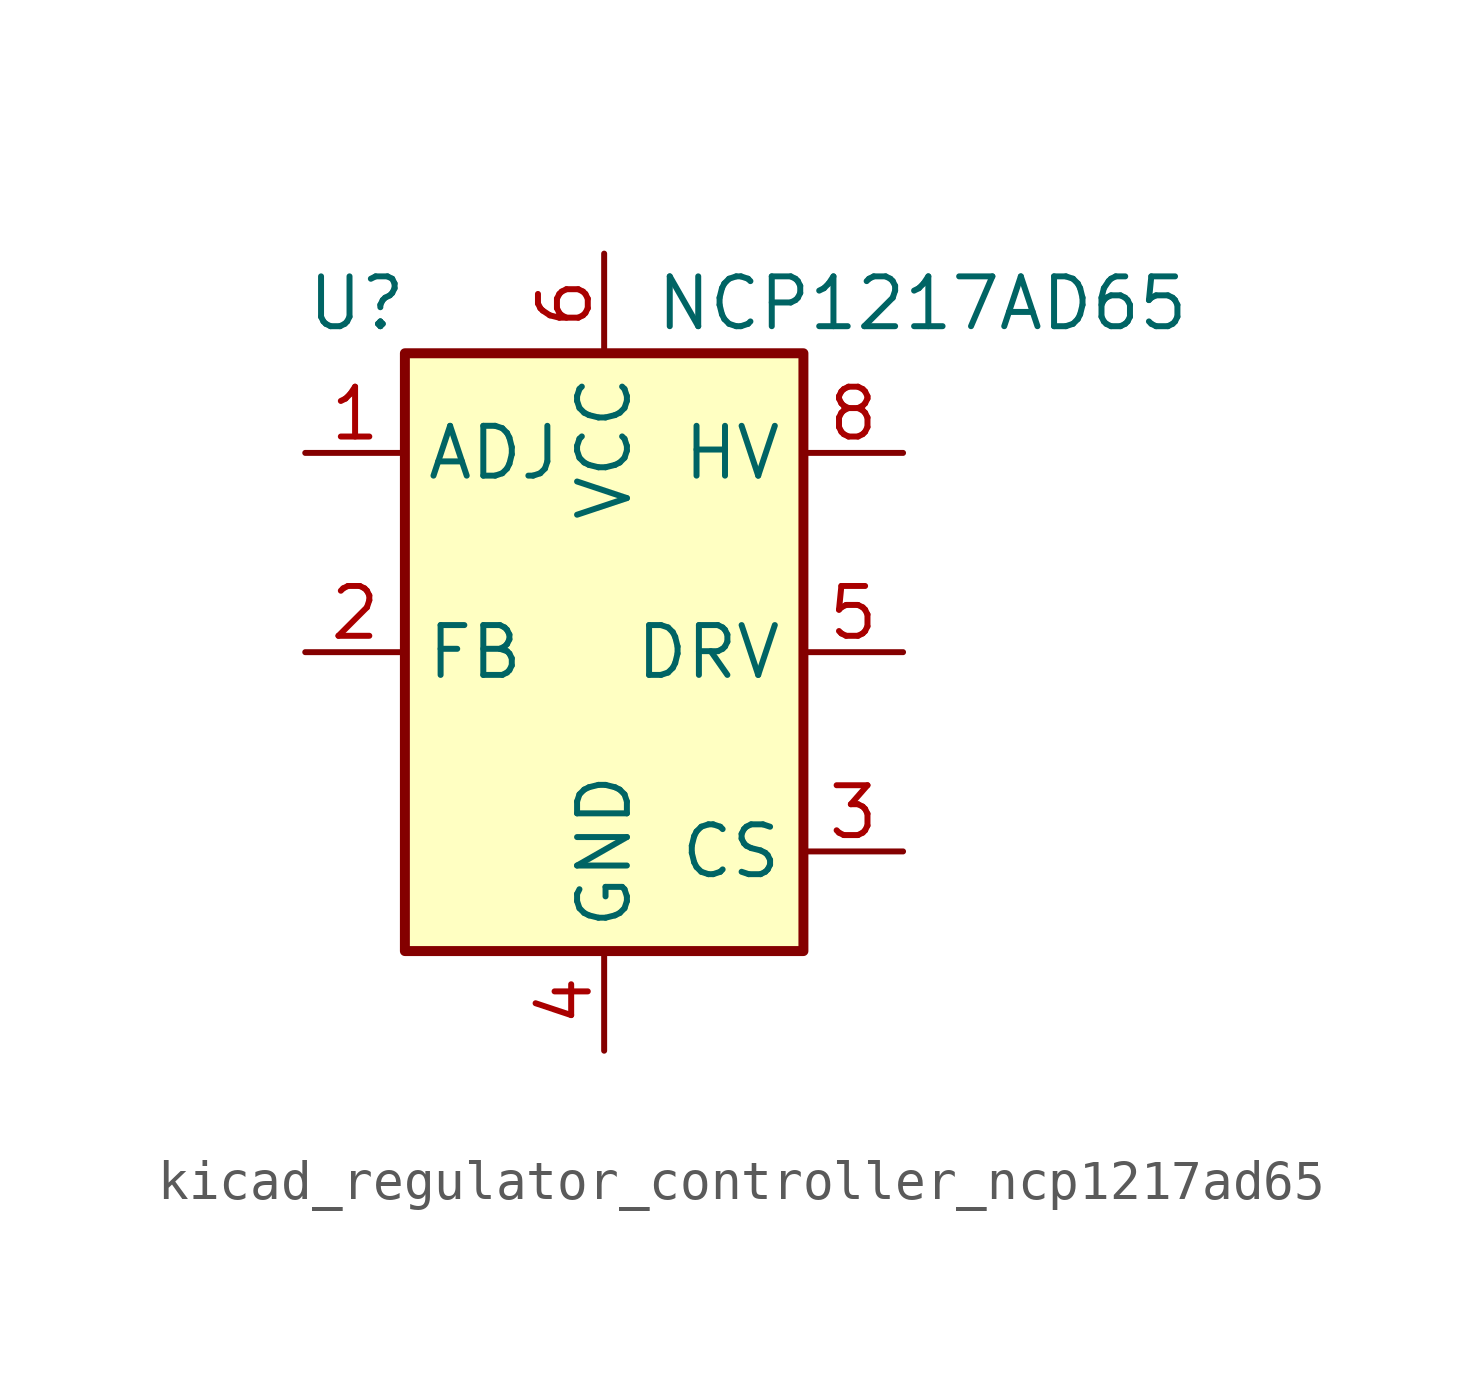
<source format=kicad_sym>
(kicad_symbol_lib
  (version 20220914)
  (generator kicad_symbol_editor)
  (symbol "kicad_regulator_controller_ncp1217ad65"
    (property "Reference" "U"
      (at -7.62 8.89 0)
      (effects (font (size 1.27 1.27)) (justify left)))
    (property "Value" "NCP1217AD65"
      (at 1.27 8.89 0)
      (effects (font (size 1.27 1.27)) (justify left)))
    (symbol "kicad_regulator_controller_ncp1217ad65_0_0"
      (rectangle (start -5.08 7.62) (end 5.08 -7.62) (stroke (width 0.254) (type default)) (fill (type background))))
    (symbol "kicad_regulator_controller_ncp1217ad65_1_1"
      (pin input line (at -7.62 5.08 0) (length 2.54) (name "ADJ" (effects (font (size 1.27 1.27)))) (number "1" (effects (font (size 1.27 1.27)))))
      (pin input line (at -7.62 0 0) (length 2.54) (name "FB" (effects (font (size 1.27 1.27)))) (number "2" (effects (font (size 1.27 1.27)))))
      (pin input line (at 7.62 -5.08 180) (length 2.54) (name "CS" (effects (font (size 1.27 1.27)))) (number "3" (effects (font (size 1.27 1.27)))))
      (pin power_in line (at 0 -10.16 90) (length 2.54) (name "GND" (effects (font (size 1.27 1.27)))) (number "4" (effects (font (size 1.27 1.27)))))
      (pin output line (at 7.62 0 180) (length 2.54) (name "DRV" (effects (font (size 1.27 1.27)))) (number "5" (effects (font (size 1.27 1.27)))))
      (pin power_in line (at 0 10.16 270) (length 2.54) (name "VCC" (effects (font (size 1.27 1.27)))) (number "6" (effects (font (size 1.27 1.27)))))
      (pin no_connect line (at -5.08 2.54 0) (length 2.54) hide (name "NC" (effects (font (size 1.27 1.27)))) (number "7" (effects (font (size 1.27 1.27)))))
      (pin input line (at 7.62 5.08 180) (length 2.54) (name "HV" (effects (font (size 1.27 1.27)))) (number "8" (effects (font (size 1.27 1.27))))))))
</source>
